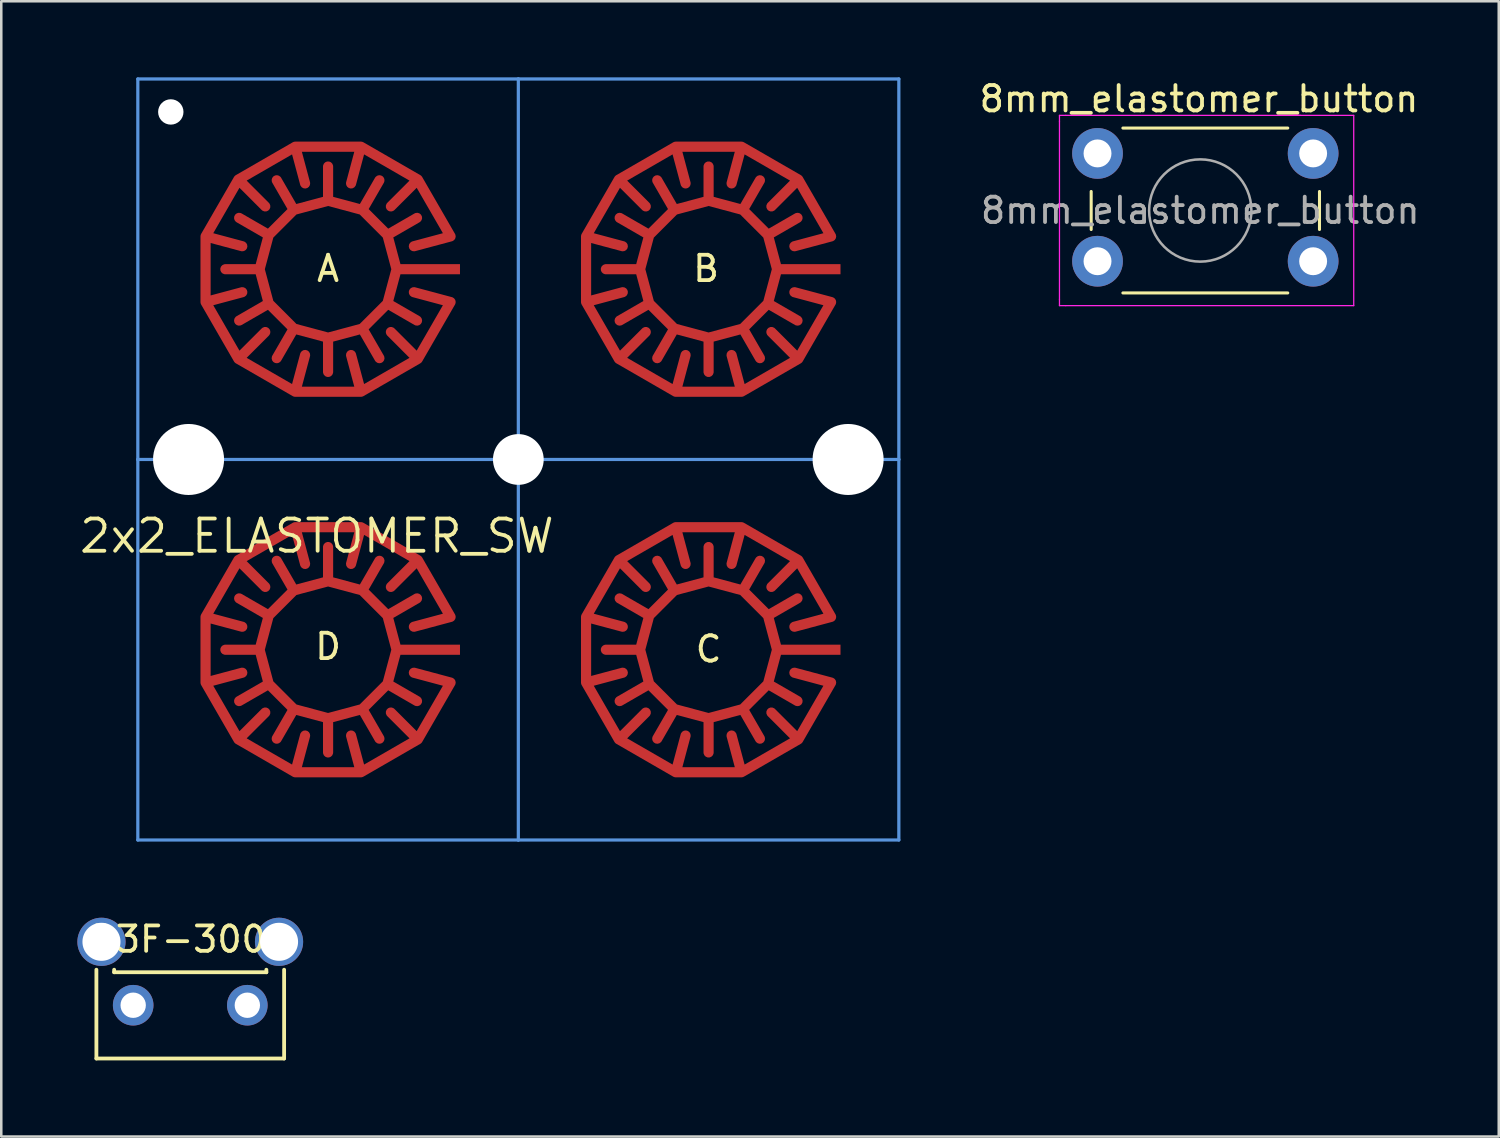
<source format=kicad_pcb>
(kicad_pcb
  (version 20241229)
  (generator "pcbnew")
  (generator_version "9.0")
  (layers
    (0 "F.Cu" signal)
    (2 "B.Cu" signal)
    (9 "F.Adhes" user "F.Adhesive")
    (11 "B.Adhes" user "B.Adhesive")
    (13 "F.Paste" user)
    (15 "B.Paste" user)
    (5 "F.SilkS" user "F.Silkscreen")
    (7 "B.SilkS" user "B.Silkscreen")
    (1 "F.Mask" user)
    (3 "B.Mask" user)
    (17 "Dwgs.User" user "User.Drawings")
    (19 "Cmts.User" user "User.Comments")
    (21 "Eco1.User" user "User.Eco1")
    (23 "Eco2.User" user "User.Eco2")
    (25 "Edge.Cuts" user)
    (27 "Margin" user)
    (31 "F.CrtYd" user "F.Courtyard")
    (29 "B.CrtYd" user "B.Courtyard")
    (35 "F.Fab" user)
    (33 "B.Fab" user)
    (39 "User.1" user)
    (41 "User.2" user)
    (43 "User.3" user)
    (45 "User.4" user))
  (footprint "8mm_elastomer_button"
    (layer "F.Cu")
    (at 44.265 5.248)
    (property "Reference" "8mm_elastomer_button" (at -0.05 -4.4 0) (layer "F.SilkS") (effects (font (size 1 1) (thickness 0.15))))
    (attr through_hole)
    (fp_line (start -4.3 -0.75) (end -4.3 0.75) (stroke (width 0.12) (type solid)) (layer "F.SilkS"))
    (fp_line (start -3.05 3.25) (end 3.45 3.25) (stroke (width 0.12) (type solid)) (layer "F.SilkS"))
    (fp_line (start 3.45 -3.25) (end -3.05 -3.25) (stroke (width 0.12) (type solid)) (layer "F.SilkS"))
    (fp_line (start 4.7 0.75) (end 4.7 -0.75) (stroke (width 0.12) (type solid)) (layer "F.SilkS"))
    (fp_line (start -5.55 -3.75) (end -5.3 -3.75) (stroke (width 0.05) (type solid)) (layer "F.CrtYd"))
    (fp_line (start -5.55 -3.5) (end -5.55 -3.75) (stroke (width 0.05) (type solid)) (layer "F.CrtYd"))
    (fp_line (start -5.55 3.5) (end -5.55 -3.5) (stroke (width 0.05) (type solid)) (layer "F.CrtYd"))
    (fp_line (start -5.55 3.5) (end -5.55 3.75) (stroke (width 0.05) (type solid)) (layer "F.CrtYd"))
    (fp_line (start -5.55 3.75) (end -5.3 3.75) (stroke (width 0.05) (type solid)) (layer "F.CrtYd"))
    (fp_line (start -5.3 -3.75) (end 6.05 -3.75) (stroke (width 0.05) (type solid)) (layer "F.CrtYd"))
    (fp_line (start 3.7 -3.75) (end 3.95 -3.75) (stroke (width 0.05) (type solid)) (layer "F.CrtYd"))
    (fp_line (start 6.05 -3.75) (end 6.05 3.75) (stroke (width 0.05) (type solid)) (layer "F.CrtYd"))
    (fp_line (start 6.05 3.75) (end -5.3 3.75) (stroke (width 0.05) (type solid)) (layer "F.CrtYd"))
    (fp_circle (center 0 0) (end -2 0.25) (stroke (width 0.1) (type solid)) (fill no) (layer "F.Fab"))
    (fp_text user "${REFERENCE}" (at 0 0 0) (layer "F.Fab") (effects (font (size 1 1) (thickness 0.15))))
    (pad "1" thru_hole circle (at -4.05 -2.25 90) (size 2 2) (drill 1.1) (layers "*.Cu" "*.Mask"))
    (pad "1" thru_hole circle (at 4.45 -2.25 90) (size 2 2) (drill 1.1) (layers "*.Cu" "*.Mask"))
    (pad "2" thru_hole circle (at -4.05 2 90) (size 2 2) (drill 1.1) (layers "*.Cu" "*.Mask"))
    (pad "2" thru_hole circle (at 4.45 2 90) (size 2 2) (drill 1.1) (layers "*.Cu" "*.Mask")))
  (footprint "2x2_ELASTOMER_SW"
    (layer "F.Cu")
    (at 17.383 15.038)
    (property "Reference" "2x2_ELASTOMER_SW" (at 1.5 2.3 0) (layer "F.SilkS") (effects (font (size 1.27 1.27) (thickness 0.15)) (justify right top)))
    (attr through_hole)
    (fp_circle (center -7.5 -7.475) (end -3.7 -7.475) (stroke (width 3) (type solid)) (fill no) (layer "F.Mask"))
    (fp_circle (center -7.5 7.525) (end -3.7 7.525) (stroke (width 3) (type solid)) (fill no) (layer "F.Mask"))
    (fp_circle (center 7.5 -7.475) (end 11.3 -7.475) (stroke (width 3) (type solid)) (fill no) (layer "F.Mask"))
    (fp_circle (center 7.5 7.525) (end 11.3 7.525) (stroke (width 3) (type solid)) (fill no) (layer "F.Mask"))
    (fp_line (start -15 -14.975) (end 0 -14.975) (stroke (width 0.127) (type solid)) (layer "Cmts.User"))
    (fp_line (start -15 0.025) (end -15 -14.975) (stroke (width 0.127) (type solid)) (layer "Cmts.User"))
    (fp_line (start -15 0.025) (end 0 0.025) (stroke (width 0.127) (type solid)) (layer "Cmts.User"))
    (fp_line (start -15 15.025) (end -15 0.025) (stroke (width 0.127) (type solid)) (layer "Cmts.User"))
    (fp_line (start 0 -14.975) (end 15 -14.975) (stroke (width 0.127) (type solid)) (layer "Cmts.User"))
    (fp_line (start 0 0.025) (end 0 -14.975) (stroke (width 0.127) (type solid)) (layer "Cmts.User"))
    (fp_line (start 0 15.025) (end -15 15.025) (stroke (width 0.127) (type solid)) (layer "Cmts.User"))
    (fp_line (start 0 15.025) (end 0 0.025) (stroke (width 0.127) (type solid)) (layer "Cmts.User"))
    (fp_line (start 15 0.025) (end 0 0.025) (stroke (width 0.127) (type solid)) (layer "Cmts.User"))
    (fp_line (start 15 0.025) (end 15 -14.975) (stroke (width 0.127) (type solid)) (layer "Cmts.User"))
    (fp_line (start 15 15.025) (end 0 15.025) (stroke (width 0.127) (type solid)) (layer "Cmts.User"))
    (fp_line (start 15 15.025) (end 15 0.025) (stroke (width 0.127) (type solid)) (layer "Cmts.User"))
    (fp_text user "D" (at -7.5 7.4 180) (layer "F.SilkS") (effects (font (size 1 1) (thickness 0.15))))
    (fp_text user "A" (at -7.5 -7.5 0) (layer "F.SilkS") (effects (font (size 1 1) (thickness 0.15))))
    (fp_text user "C" (at 7.5 7.5 180) (layer "F.SilkS") (effects (font (size 1 1) (thickness 0.15))))
    (fp_text user "B" (at 7.4 -7.5 180) (layer "F.SilkS") (effects (font (size 1 1) (thickness 0.15))))
    (pad "" np_thru_hole circle (at -13.7 -13.675) (size 1 1) (drill 1) (layers "*.Cu" "*.Mask"))
    (pad "" np_thru_hole circle (at -13 0.025) (size 2.8 2.8) (drill 2.8) (layers "*.Cu" "*.Mask"))
    (pad "" np_thru_hole circle (at 0 0.025) (size 2 2) (drill 2) (layers "*.Cu" "*.Mask"))
    (pad "" np_thru_hole circle (at 13 0.025) (size 2.8 2.8) (drill 2.8) (layers "*.Cu" "*.Mask"))
    (pad "1" smd custom (at -12.33 -7.465) (size 0.4 2) (layers "F.Cu" "F.Mask" "F.Paste") (options (anchor rect)) (primitives (gr_line (start 5.736 -3.391) (end 6.124 -4.84) (width 0.4)) (gr_line (start 6.124 -4.84) (end 3.536 -4.84) (width 0.4)) (gr_line (start 2.355 -2.485) (end 1.294 -3.546) (width 0.4)) (gr_line (start 3.536 -4.84) (end 1.294 -3.546) (width 0.4)) (gr_line (start 1.449 -0.916) (end 0.000372 -1.304) (width 0.4)) (gr_line (start 1.294 -3.546) (end 0.000372 -1.304) (width 0.4)) (gr_line (start 1.449 0.896) (end 0.000373 1.284) (width 0.4)) (gr_line (start 3.924 -3.391) (end 3.536 -4.84) (width 0.4)) (gr_line (start 7.305 -2.485) (end 8.366 -3.546) (width 0.4)) (gr_line (start 0.000372 -1.304) (end 0.000373 1.284) (width 0.4)) (gr_line (start 8.211 -0.916) (end 9.66 -1.304) (width 0.4)) (gr_line (start 9.66 -1.304) (end 8.366 -3.546) (width 0.4)) (gr_line (start 8.366 -3.546) (end 6.124 -4.84) (width 0.4)) (gr_line (start 3.924 3.371) (end 3.536 4.82) (width 0.4)) (gr_line (start 6.124 4.82) (end 8.366 3.526) (width 0.4)) (gr_line (start 3.536 4.82) (end 6.124 4.82) (width 0.4)) (gr_line (start 1.294 3.526) (end 3.536 4.82) (width 0.4)) (gr_line (start 2.355 2.465) (end 1.294 3.526) (width 0.4)) (gr_line (start 8.211 0.896) (end 9.66 1.284) (width 0.4)) (gr_line (start 0.000373 1.284) (end 1.294 3.526) (width 0.4)) (gr_line (start 5.736 3.371) (end 6.124 4.82) (width 0.4)) (gr_line (start 8.366 3.526) (end 9.66 1.284) (width 0.4)) (gr_line (start 7.305 2.465) (end 8.366 3.526) (width 0.4))))
    (pad "2" smd custom (at -2.5 -7.475) (size 0.4 0.4) (layers "F.Cu" "F.Mask" "F.Paste") (options (anchor rect)) (primitives (gr_line (start -2.662 -1.35) (end -1.493 -2.025) (width 0.4)) (gr_line (start -5 -2.7) (end -5 -4.05) (width 0.4)) (gr_line (start -3.65 -2.338) (end -5 -2.7) (width 0.4)) (gr_line (start -6.35 -2.338) (end -7.025 -3.507) (width 0.4)) (gr_line (start -5 -2.7) (end -6.35 -2.338) (width 0.4)) (gr_line (start -7.338 -1.35) (end -8.507 -2.025) (width 0.4)) (gr_line (start -6.35 -2.338) (end -7.338 -1.35) (width 0.4)) (gr_line (start -2.3 -0.000001) (end -2.662 -1.35) (width 0.4)) (gr_line (start -7.338 -1.35) (end -7.7 0) (width 0.4)) (gr_line (start -3.65 -2.338) (end -2.975 -3.507) (width 0.4)) (gr_line (start -2.3 -0.000001) (end -0.05 0) (width 0.4)) (gr_line (start -7.7 0) (end -9.05 0) (width 0.4)) (gr_line (start -2.662 -1.35) (end -3.65 -2.338) (width 0.4)) (gr_line (start -2.662 1.35) (end -2.3 -0.000001) (width 0.4)) (gr_line (start -2.662 1.35) (end -1.493 2.025) (width 0.4)) (gr_line (start -5 2.7) (end -3.65 2.338) (width 0.4)) (gr_line (start -6.35 2.338) (end -5 2.7) (width 0.4)) (gr_line (start -5 2.7) (end -5 4.05) (width 0.4)) (gr_line (start -7.338 1.35) (end -6.35 2.338) (width 0.4)) (gr_line (start -7.7 0) (end -7.338 1.35) (width 0.4)) (gr_line (start -3.65 2.338) (end -2.975 3.507) (width 0.4)) (gr_line (start -6.35 2.338) (end -7.025 3.507) (width 0.4)) (gr_line (start -3.65 2.338) (end -2.662 1.35) (width 0.4)) (gr_line (start -7.338 1.35) (end -8.507 2.025) (width 0.4))))
    (pad "3" smd custom (at 2.67 -7.465) (size 0.4 2) (layers "F.Cu" "F.Mask" "F.Paste") (options (anchor rect)) (primitives (gr_line (start 0.000372 -1.304) (end 0.000372 1.284) (width 0.4)) (gr_line (start 1.294 -3.546) (end 0.000372 -1.304) (width 0.4)) (gr_line (start 1.449 -0.916) (end 0.000372 -1.304) (width 0.4)) (gr_line (start 5.736 -3.391) (end 6.124 -4.84) (width 0.4)) (gr_line (start 3.536 -4.84) (end 1.294 -3.546) (width 0.4)) (gr_line (start 8.366 -3.546) (end 6.124 -4.84) (width 0.4)) (gr_line (start 0.000372 1.284) (end 1.294 3.526) (width 0.4)) (gr_line (start 9.66 -1.304) (end 8.366 -3.546) (width 0.4)) (gr_line (start 6.124 -4.84) (end 3.536 -4.84) (width 0.4)) (gr_line (start 7.305 -2.485) (end 8.366 -3.546) (width 0.4)) (gr_line (start 2.355 -2.485) (end 1.294 -3.546) (width 0.4)) (gr_line (start 1.449 0.896) (end 0.000372 1.284) (width 0.4)) (gr_line (start 2.355 2.465) (end 1.294 3.526) (width 0.4)) (gr_line (start 3.924 3.371) (end 3.536 4.82) (width 0.4)) (gr_line (start 1.294 3.526) (end 3.536 4.82) (width 0.4)) (gr_line (start 3.924 -3.391) (end 3.536 -4.84) (width 0.4)) (gr_line (start 5.736 3.371) (end 6.124 4.82) (width 0.4)) (gr_line (start 3.536 4.82) (end 6.124 4.82) (width 0.4)) (gr_line (start 8.211 -0.916) (end 9.66 -1.304) (width 0.4)) (gr_line (start 6.124 4.82) (end 8.366 3.526) (width 0.4)) (gr_line (start 8.211 0.896) (end 9.66 1.284) (width 0.4)) (gr_line (start 8.366 3.526) (end 9.66 1.284) (width 0.4)) (gr_line (start 7.305 2.465) (end 8.366 3.526) (width 0.4))))
    (pad "4" smd custom (at 12.5 -7.475) (size 0.4 0.4) (layers "F.Cu" "F.Mask" "F.Paste") (options (anchor rect)) (primitives (gr_line (start -7.338 -1.35) (end -7.7 -0.000001) (width 0.4)) (gr_line (start -6.35 -2.338) (end -7.025 -3.507) (width 0.4)) (gr_line (start -7.338 1.35) (end -8.507 2.025) (width 0.4)) (gr_line (start -5 -2.7) (end -5 -4.05) (width 0.4)) (gr_line (start -3.65 -2.338) (end -5 -2.7) (width 0.4)) (gr_line (start -7.7 -0.000001) (end -9.05 0) (width 0.4)) (gr_line (start -7.7 -0.000001) (end -7.338 1.35) (width 0.4)) (gr_line (start -6.35 2.338) (end -7.025 3.507) (width 0.4)) (gr_line (start -2.3 0) (end -0.05 0) (width 0.4)) (gr_line (start -3.65 -2.338) (end -2.975 -3.507) (width 0.4)) (gr_line (start -7.338 -1.35) (end -8.507 -2.025) (width 0.4)) (gr_line (start -6.35 -2.338) (end -7.338 -1.35) (width 0.4)) (gr_line (start -2.662 -1.35) (end -1.493 -2.025) (width 0.4)) (gr_line (start -5 -2.7) (end -6.35 -2.338) (width 0.4)) (gr_line (start -5 2.7) (end -5 4.05) (width 0.4)) (gr_line (start -2.3 0) (end -2.662 -1.35) (width 0.4)) (gr_line (start -6.35 2.338) (end -5 2.7) (width 0.4)) (gr_line (start -7.338 1.35) (end -6.35 2.338) (width 0.4)) (gr_line (start -3.65 2.338) (end -2.975 3.507) (width 0.4)) (gr_line (start -5 2.7) (end -3.65 2.338) (width 0.4)) (gr_line (start -2.662 -1.35) (end -3.65 -2.338) (width 0.4)) (gr_line (start -2.662 1.35) (end -2.3 0) (width 0.4)) (gr_line (start -3.65 2.338) (end -2.662 1.35) (width 0.4)) (gr_line (start -2.662 1.35) (end -1.493 2.025) (width 0.4))))
    (pad "5" smd custom (at 2.67 7.535) (size 0.4 2) (layers "F.Cu" "F.Mask" "F.Paste") (options (anchor rect)) (primitives (gr_line (start 9.66 -1.304) (end 8.366 -3.546) (width 0.4)) (gr_line (start 5.736 -3.391) (end 6.124 -4.84) (width 0.4)) (gr_line (start 8.211 -0.916) (end 9.66 -1.304) (width 0.4)) (gr_line (start 7.305 -2.485) (end 8.366 -3.546) (width 0.4)) (gr_line (start 3.924 -3.391) (end 3.536 -4.84) (width 0.4)) (gr_line (start 8.366 -3.546) (end 6.124 -4.84) (width 0.4)) (gr_line (start 5.736 3.371) (end 6.124 4.82) (width 0.4)) (gr_line (start 0.000372 1.284) (end 1.294 3.526) (width 0.4)) (gr_line (start 1.449 -0.916) (end 0.000372 -1.304) (width 0.4)) (gr_line (start 1.294 3.526) (end 3.536 4.82) (width 0.4)) (gr_line (start 3.536 -4.84) (end 1.294 -3.546) (width 0.4)) (gr_line (start 2.355 2.465) (end 1.294 3.526) (width 0.4)) (gr_line (start 6.124 -4.84) (end 3.536 -4.84) (width 0.4)) (gr_line (start 8.366 3.526) (end 9.66 1.284) (width 0.4)) (gr_line (start 3.924 3.371) (end 3.536 4.82) (width 0.4)) (gr_line (start 8.211 0.896) (end 9.66 1.284) (width 0.4)) (gr_line (start 0.000372 -1.304) (end 0.000372 1.284) (width 0.4)) (gr_line (start 3.536 4.82) (end 6.124 4.82) (width 0.4)) (gr_line (start 2.355 -2.485) (end 1.294 -3.546) (width 0.4)) (gr_line (start 7.305 2.465) (end 8.366 3.526) (width 0.4)) (gr_line (start 1.294 -3.546) (end 0.000372 -1.304) (width 0.4)) (gr_line (start 1.449 0.896) (end 0.000372 1.284) (width 0.4)) (gr_line (start 6.124 4.82) (end 8.366 3.526) (width 0.4))))
    (pad "6" smd custom (at 12.5 7.525) (size 0.4 0.4) (layers "F.Cu" "F.Mask" "F.Paste") (options (anchor rect)) (primitives (gr_line (start -2.662 -1.35) (end -3.65 -2.338) (width 0.4)) (gr_line (start -2.662 -1.35) (end -1.493 -2.025) (width 0.4)) (gr_line (start -5 -2.7) (end -5 -4.05) (width 0.4)) (gr_line (start -3.65 -2.338) (end -2.975 -3.507) (width 0.4)) (gr_line (start -2.3 0) (end -0.05 0) (width 0.4)) (gr_line (start -3.65 -2.338) (end -5 -2.7) (width 0.4)) (gr_line (start -2.3 0) (end -2.662 -1.35) (width 0.4)) (gr_line (start -5 2.7) (end -5 4.05) (width 0.4)) (gr_line (start -5 2.7) (end -3.65 2.338) (width 0.4)) (gr_line (start -6.35 -2.338) (end -7.025 -3.507) (width 0.4)) (gr_line (start -2.662 1.35) (end -1.493 2.025) (width 0.4)) (gr_line (start -7.338 -1.35) (end -7.7 0) (width 0.4)) (gr_line (start -7.7 0) (end -9.05 0) (width 0.4)) (gr_line (start -7.338 -1.35) (end -8.507 -2.025) (width 0.4)) (gr_line (start -2.662 1.35) (end -2.3 0) (width 0.4)) (gr_line (start -6.35 -2.338) (end -7.338 -1.35) (width 0.4)) (gr_line (start -7.338 1.35) (end -6.35 2.338) (width 0.4)) (gr_line (start -3.65 2.338) (end -2.662 1.35) (width 0.4)) (gr_line (start -6.35 2.338) (end -5 2.7) (width 0.4)) (gr_line (start -7.338 1.35) (end -8.507 2.025) (width 0.4)) (gr_line (start -7.7 0) (end -7.338 1.35) (width 0.4)) (gr_line (start -5 -2.7) (end -6.35 -2.338) (width 0.4)) (gr_line (start -6.35 2.338) (end -7.025 3.507) (width 0.4)) (gr_line (start -3.65 2.338) (end -2.975 3.507) (width 0.4))))
    (pad "7" smd custom (at -12.33 7.535) (size 0.4 2) (layers "F.Cu" "F.Mask" "F.Paste") (options (anchor rect)) (primitives (gr_line (start 0.000372 -1.304) (end 0.000372 1.284) (width 0.4)) (gr_line (start 2.355 2.465) (end 1.294 3.526) (width 0.4)) (gr_line (start 6.124 4.82) (end 8.366 3.526) (width 0.4)) (gr_line (start 8.211 0.896) (end 9.66 1.284) (width 0.4)) (gr_line (start 1.294 -3.546) (end 0.000372 -1.304) (width 0.4)) (gr_line (start 8.366 -3.546) (end 6.124 -4.84) (width 0.4)) (gr_line (start 7.305 2.465) (end 8.366 3.526) (width 0.4)) (gr_line (start 2.355 -2.485) (end 1.294 -3.546) (width 0.4)) (gr_line (start 0.000372 1.284) (end 1.294 3.526) (width 0.4)) (gr_line (start 1.449 0.896) (end 0.000372 1.284) (width 0.4)) (gr_line (start 5.736 3.371) (end 6.124 4.82) (width 0.4)) (gr_line (start 8.211 -0.916) (end 9.66 -1.304) (width 0.4)) (gr_line (start 3.536 4.82) (end 6.124 4.82) (width 0.4)) (gr_line (start 6.124 -4.84) (end 3.536 -4.84) (width 0.4)) (gr_line (start 9.66 -1.304) (end 8.366 -3.546) (width 0.4)) (gr_line (start 7.305 -2.485) (end 8.366 -3.546) (width 0.4)) (gr_line (start 1.449 -0.916) (end 0.000372 -1.304) (width 0.4)) (gr_line (start 1.294 3.526) (end 3.536 4.82) (width 0.4)) (gr_line (start 3.536 -4.84) (end 1.294 -3.546) (width 0.4)) (gr_line (start 3.924 -3.391) (end 3.536 -4.84) (width 0.4)) (gr_line (start 8.366 3.526) (end 9.66 1.284) (width 0.4)) (gr_line (start 5.736 -3.391) (end 6.124 -4.84) (width 0.4)) (gr_line (start 3.924 3.371) (end 3.536 4.82) (width 0.4))))
    (pad "8" smd custom (at -2.5 7.525) (size 0.4 0.4) (layers "F.Cu" "F.Mask" "F.Paste") (options (anchor rect)) (primitives (gr_line (start -7.338 1.35) (end -6.35 2.338) (width 0.4)) (gr_line (start -7.7 0) (end -7.338 1.35) (width 0.4)) (gr_line (start -7.338 1.35) (end -8.507 2.025) (width 0.4)) (gr_line (start -6.35 2.338) (end -5 2.7) (width 0.4)) (gr_line (start -5 2.7) (end -3.65 2.338) (width 0.4)) (gr_line (start -2.662 1.35) (end -2.3 0) (width 0.4)) (gr_line (start -7.338 -1.35) (end -7.7 0) (width 0.4)) (gr_line (start -7.7 0) (end -9.05 0) (width 0.4)) (gr_line (start -5 -2.7) (end -6.35 -2.338) (width 0.4)) (gr_line (start -5 -2.7) (end -5 -4.05) (width 0.4)) (gr_line (start -3.65 -2.338) (end -5 -2.7) (width 0.4)) (gr_line (start -7.338 -1.35) (end -8.507 -2.025) (width 0.4)) (gr_line (start -2.662 -1.35) (end -1.493 -2.025) (width 0.4)) (gr_line (start -6.35 -2.338) (end -7.338 -1.35) (width 0.4)) (gr_line (start -3.65 -2.338) (end -2.975 -3.507) (width 0.4)) (gr_line (start -6.35 2.338) (end -7.025 3.507) (width 0.4)) (gr_line (start -6.35 -2.338) (end -7.025 -3.507) (width 0.4)) (gr_line (start -2.3 0) (end -2.662 -1.35) (width 0.4)) (gr_line (start -2.662 -1.35) (end -3.65 -2.338) (width 0.4)) (gr_line (start -5 2.7) (end -5 4.05) (width 0.4)) (gr_line (start -2.662 1.35) (end -1.493 2.025) (width 0.4)) (gr_line (start -3.65 2.338) (end -2.662 1.35) (width 0.4)) (gr_line (start -2.3 0) (end -0.05 0) (width 0.4)) (gr_line (start -3.65 2.338) (end -2.975 3.507) (width 0.4)))))
  (footprint "B3F-3000"
    (layer "F.Cu")
    (at 4.45 36.577)
    (property "Reference" "B3F-3000" (at 0 -2.6 0) (layer "F.SilkS") (effects (font (size 1 1) (thickness 0.15))))
    (attr through_hole)
    (fp_line (start -3.7 2.1) (end -3.7 -1.4) (stroke (width 0.15) (type solid)) (layer "F.SilkS"))
    (fp_line (start -3.7 2.1) (end 3.7 2.1) (stroke (width 0.15) (type solid)) (layer "F.SilkS"))
    (fp_line (start -3 -1.3) (end -3 -1.4) (stroke (width 0.15) (type solid)) (layer "F.SilkS"))
    (fp_line (start -3 -1.3) (end 3 -1.3) (stroke (width 0.15) (type solid)) (layer "F.SilkS"))
    (fp_line (start 3 -1.3) (end 3 -1.4) (stroke (width 0.15) (type solid)) (layer "F.SilkS"))
    (fp_line (start 3.7 2.1) (end 3.7 -1.4) (stroke (width 0.15) (type solid)) (layer "F.SilkS"))
    (pad "1" thru_hole circle (at -2.25 0) (size 1.6 1.6) (drill 1) (layers "*.Cu" "*.Mask"))
    (pad "2" thru_hole circle (at 2.25 0) (size 1.6 1.6) (drill 1) (layers "*.Cu" "*.Mask"))
    (pad "3" thru_hole circle (at -3.5 -2.5) (size 1.9 1.9) (drill 1.5) (layers "*.Cu" "*.Mask"))
    (pad "4" thru_hole circle (at 3.5 -2.5) (size 1.9 1.9) (drill 1.5) (layers "*.Cu" "*.Mask")))
  (gr_rect
    (start -3 -3)
    (end 56.032 41.752)
    (stroke (width 0.1) (type default))
    (fill no)
    (layer "Edge.Cuts")))
</source>
